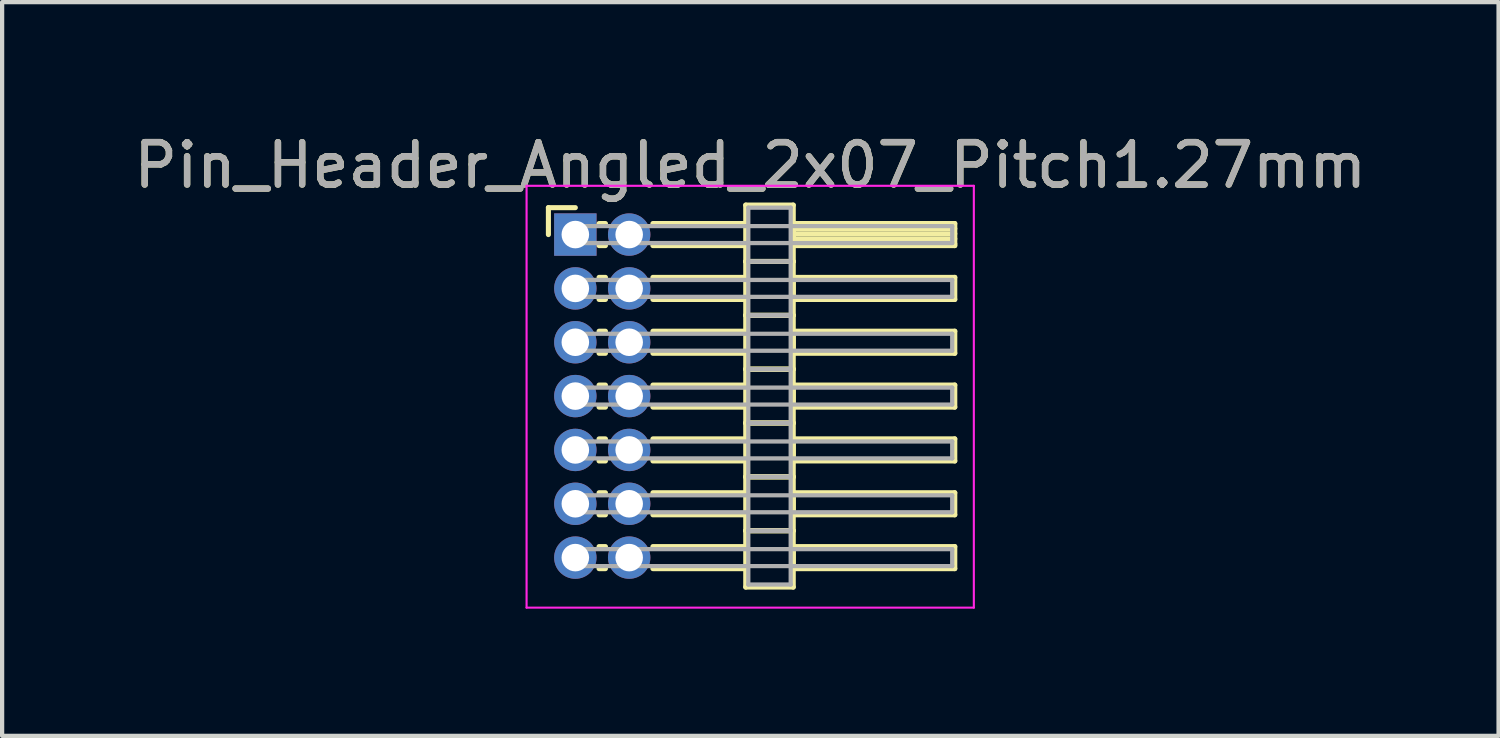
<source format=kicad_pcb>
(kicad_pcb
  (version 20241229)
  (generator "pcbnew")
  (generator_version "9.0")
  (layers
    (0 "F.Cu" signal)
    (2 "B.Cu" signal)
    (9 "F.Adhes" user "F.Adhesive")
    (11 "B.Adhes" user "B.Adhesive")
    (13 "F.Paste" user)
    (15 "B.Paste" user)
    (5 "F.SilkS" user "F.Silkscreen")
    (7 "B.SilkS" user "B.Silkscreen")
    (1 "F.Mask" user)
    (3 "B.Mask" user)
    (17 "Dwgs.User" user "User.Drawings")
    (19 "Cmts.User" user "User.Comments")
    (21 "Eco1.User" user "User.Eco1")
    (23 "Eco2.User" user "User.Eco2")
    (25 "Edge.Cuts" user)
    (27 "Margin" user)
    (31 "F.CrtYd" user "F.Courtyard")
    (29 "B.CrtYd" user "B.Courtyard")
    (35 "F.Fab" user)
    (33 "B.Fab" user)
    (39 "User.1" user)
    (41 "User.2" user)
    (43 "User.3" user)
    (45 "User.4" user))
  (footprint "Pin_Header_Angled_2x07_Pitch1.27mm"
    (layer "F.Cu")
    (at 10.521 2.483)
    (property "Reference" "Pin_Header_Angled_2x07_Pitch1.27mm" (at 4.128 -1.635 0) (layer "F.SilkS") (effects (font (size 1 1) (thickness 0.15))))
    (attr through_hole)
    (fp_line (start -0.635 -0.635) (end 0 -0.635) (stroke (width 0.12) (type solid)) (layer "F.SilkS"))
    (fp_line (start -0.635 0) (end -0.635 -0.635) (stroke (width 0.12) (type solid)) (layer "F.SilkS"))
    (fp_line (start 0.56 -0.26) (end 0.71 -0.26) (stroke (width 0.12) (type solid)) (layer "F.SilkS"))
    (fp_line (start 0.56 0.26) (end 0.71 0.26) (stroke (width 0.12) (type solid)) (layer "F.SilkS"))
    (fp_line (start 0.56 1.01) (end 0.71 1.01) (stroke (width 0.12) (type solid)) (layer "F.SilkS"))
    (fp_line (start 0.56 1.53) (end 0.71 1.53) (stroke (width 0.12) (type solid)) (layer "F.SilkS"))
    (fp_line (start 0.56 2.28) (end 0.71 2.28) (stroke (width 0.12) (type solid)) (layer "F.SilkS"))
    (fp_line (start 0.56 2.8) (end 0.71 2.8) (stroke (width 0.12) (type solid)) (layer "F.SilkS"))
    (fp_line (start 0.56 3.55) (end 0.71 3.55) (stroke (width 0.12) (type solid)) (layer "F.SilkS"))
    (fp_line (start 0.56 4.07) (end 0.71 4.07) (stroke (width 0.12) (type solid)) (layer "F.SilkS"))
    (fp_line (start 0.56 4.82) (end 0.71 4.82) (stroke (width 0.12) (type solid)) (layer "F.SilkS"))
    (fp_line (start 0.56 5.34) (end 0.71 5.34) (stroke (width 0.12) (type solid)) (layer "F.SilkS"))
    (fp_line (start 0.56 6.09) (end 0.71 6.09) (stroke (width 0.12) (type solid)) (layer "F.SilkS"))
    (fp_line (start 0.56 6.61) (end 0.71 6.61) (stroke (width 0.12) (type solid)) (layer "F.SilkS"))
    (fp_line (start 0.56 7.36) (end 0.71 7.36) (stroke (width 0.12) (type solid)) (layer "F.SilkS"))
    (fp_line (start 0.56 7.88) (end 0.71 7.88) (stroke (width 0.12) (type solid)) (layer "F.SilkS"))
    (fp_line (start 1.83 -0.26) (end 4.02 -0.26) (stroke (width 0.12) (type solid)) (layer "F.SilkS"))
    (fp_line (start 1.83 0.26) (end 4.02 0.26) (stroke (width 0.12) (type solid)) (layer "F.SilkS"))
    (fp_line (start 1.83 1.01) (end 4.02 1.01) (stroke (width 0.12) (type solid)) (layer "F.SilkS"))
    (fp_line (start 1.83 1.53) (end 4.02 1.53) (stroke (width 0.12) (type solid)) (layer "F.SilkS"))
    (fp_line (start 1.83 2.28) (end 4.02 2.28) (stroke (width 0.12) (type solid)) (layer "F.SilkS"))
    (fp_line (start 1.83 2.8) (end 4.02 2.8) (stroke (width 0.12) (type solid)) (layer "F.SilkS"))
    (fp_line (start 1.83 3.55) (end 4.02 3.55) (stroke (width 0.12) (type solid)) (layer "F.SilkS"))
    (fp_line (start 1.83 4.07) (end 4.02 4.07) (stroke (width 0.12) (type solid)) (layer "F.SilkS"))
    (fp_line (start 1.83 4.82) (end 4.02 4.82) (stroke (width 0.12) (type solid)) (layer "F.SilkS"))
    (fp_line (start 1.83 5.34) (end 4.02 5.34) (stroke (width 0.12) (type solid)) (layer "F.SilkS"))
    (fp_line (start 1.83 6.09) (end 4.02 6.09) (stroke (width 0.12) (type solid)) (layer "F.SilkS"))
    (fp_line (start 1.83 6.61) (end 4.02 6.61) (stroke (width 0.12) (type solid)) (layer "F.SilkS"))
    (fp_line (start 1.83 7.36) (end 4.02 7.36) (stroke (width 0.12) (type solid)) (layer "F.SilkS"))
    (fp_line (start 1.83 7.88) (end 4.02 7.88) (stroke (width 0.12) (type solid)) (layer "F.SilkS"))
    (fp_line (start 4.02 -0.695) (end 4.02 0.635) (stroke (width 0.12) (type solid)) (layer "F.SilkS"))
    (fp_line (start 4.02 0.635) (end 4.02 1.905) (stroke (width 0.12) (type solid)) (layer "F.SilkS"))
    (fp_line (start 4.02 0.635) (end 5.14 0.635) (stroke (width 0.12) (type solid)) (layer "F.SilkS"))
    (fp_line (start 4.02 1.905) (end 4.02 3.175) (stroke (width 0.12) (type solid)) (layer "F.SilkS"))
    (fp_line (start 4.02 1.905) (end 5.14 1.905) (stroke (width 0.12) (type solid)) (layer "F.SilkS"))
    (fp_line (start 4.02 3.175) (end 4.02 4.445) (stroke (width 0.12) (type solid)) (layer "F.SilkS"))
    (fp_line (start 4.02 3.175) (end 5.14 3.175) (stroke (width 0.12) (type solid)) (layer "F.SilkS"))
    (fp_line (start 4.02 4.445) (end 4.02 5.715) (stroke (width 0.12) (type solid)) (layer "F.SilkS"))
    (fp_line (start 4.02 4.445) (end 5.14 4.445) (stroke (width 0.12) (type solid)) (layer "F.SilkS"))
    (fp_line (start 4.02 5.715) (end 4.02 6.985) (stroke (width 0.12) (type solid)) (layer "F.SilkS"))
    (fp_line (start 4.02 5.715) (end 5.14 5.715) (stroke (width 0.12) (type solid)) (layer "F.SilkS"))
    (fp_line (start 4.02 6.985) (end 4.02 8.315) (stroke (width 0.12) (type solid)) (layer "F.SilkS"))
    (fp_line (start 4.02 6.985) (end 5.14 6.985) (stroke (width 0.12) (type solid)) (layer "F.SilkS"))
    (fp_line (start 4.02 8.315) (end 5.14 8.315) (stroke (width 0.12) (type solid)) (layer "F.SilkS"))
    (fp_line (start 5.14 -0.695) (end 4.02 -0.695) (stroke (width 0.12) (type solid)) (layer "F.SilkS"))
    (fp_line (start 5.14 -0.26) (end 5.14 0.26) (stroke (width 0.12) (type solid)) (layer "F.SilkS"))
    (fp_line (start 5.14 -0.14) (end 8.95 -0.14) (stroke (width 0.12) (type solid)) (layer "F.SilkS"))
    (fp_line (start 5.14 -0.02) (end 8.95 -0.02) (stroke (width 0.12) (type solid)) (layer "F.SilkS"))
    (fp_line (start 5.14 0.1) (end 8.95 0.1) (stroke (width 0.12) (type solid)) (layer "F.SilkS"))
    (fp_line (start 5.14 0.22) (end 8.95 0.22) (stroke (width 0.12) (type solid)) (layer "F.SilkS"))
    (fp_line (start 5.14 0.26) (end 8.95 0.26) (stroke (width 0.12) (type solid)) (layer "F.SilkS"))
    (fp_line (start 5.14 0.635) (end 4.02 0.635) (stroke (width 0.12) (type solid)) (layer "F.SilkS"))
    (fp_line (start 5.14 0.635) (end 5.14 -0.695) (stroke (width 0.12) (type solid)) (layer "F.SilkS"))
    (fp_line (start 5.14 1.01) (end 5.14 1.53) (stroke (width 0.12) (type solid)) (layer "F.SilkS"))
    (fp_line (start 5.14 1.53) (end 8.95 1.53) (stroke (width 0.12) (type solid)) (layer "F.SilkS"))
    (fp_line (start 5.14 1.905) (end 4.02 1.905) (stroke (width 0.12) (type solid)) (layer "F.SilkS"))
    (fp_line (start 5.14 1.905) (end 5.14 0.635) (stroke (width 0.12) (type solid)) (layer "F.SilkS"))
    (fp_line (start 5.14 2.28) (end 5.14 2.8) (stroke (width 0.12) (type solid)) (layer "F.SilkS"))
    (fp_line (start 5.14 2.8) (end 8.95 2.8) (stroke (width 0.12) (type solid)) (layer "F.SilkS"))
    (fp_line (start 5.14 3.175) (end 4.02 3.175) (stroke (width 0.12) (type solid)) (layer "F.SilkS"))
    (fp_line (start 5.14 3.175) (end 5.14 1.905) (stroke (width 0.12) (type solid)) (layer "F.SilkS"))
    (fp_line (start 5.14 3.55) (end 5.14 4.07) (stroke (width 0.12) (type solid)) (layer "F.SilkS"))
    (fp_line (start 5.14 4.07) (end 8.95 4.07) (stroke (width 0.12) (type solid)) (layer "F.SilkS"))
    (fp_line (start 5.14 4.445) (end 4.02 4.445) (stroke (width 0.12) (type solid)) (layer "F.SilkS"))
    (fp_line (start 5.14 4.445) (end 5.14 3.175) (stroke (width 0.12) (type solid)) (layer "F.SilkS"))
    (fp_line (start 5.14 4.82) (end 5.14 5.34) (stroke (width 0.12) (type solid)) (layer "F.SilkS"))
    (fp_line (start 5.14 5.34) (end 8.95 5.34) (stroke (width 0.12) (type solid)) (layer "F.SilkS"))
    (fp_line (start 5.14 5.715) (end 4.02 5.715) (stroke (width 0.12) (type solid)) (layer "F.SilkS"))
    (fp_line (start 5.14 5.715) (end 5.14 4.445) (stroke (width 0.12) (type solid)) (layer "F.SilkS"))
    (fp_line (start 5.14 6.09) (end 5.14 6.61) (stroke (width 0.12) (type solid)) (layer "F.SilkS"))
    (fp_line (start 5.14 6.61) (end 8.95 6.61) (stroke (width 0.12) (type solid)) (layer "F.SilkS"))
    (fp_line (start 5.14 6.985) (end 4.02 6.985) (stroke (width 0.12) (type solid)) (layer "F.SilkS"))
    (fp_line (start 5.14 6.985) (end 5.14 5.715) (stroke (width 0.12) (type solid)) (layer "F.SilkS"))
    (fp_line (start 5.14 7.36) (end 5.14 7.88) (stroke (width 0.12) (type solid)) (layer "F.SilkS"))
    (fp_line (start 5.14 7.88) (end 8.95 7.88) (stroke (width 0.12) (type solid)) (layer "F.SilkS"))
    (fp_line (start 5.14 8.315) (end 5.14 6.985) (stroke (width 0.12) (type solid)) (layer "F.SilkS"))
    (fp_line (start 8.95 -0.26) (end 5.14 -0.26) (stroke (width 0.12) (type solid)) (layer "F.SilkS"))
    (fp_line (start 8.95 0.26) (end 8.95 -0.26) (stroke (width 0.12) (type solid)) (layer "F.SilkS"))
    (fp_line (start 8.95 1.01) (end 5.14 1.01) (stroke (width 0.12) (type solid)) (layer "F.SilkS"))
    (fp_line (start 8.95 1.53) (end 8.95 1.01) (stroke (width 0.12) (type solid)) (layer "F.SilkS"))
    (fp_line (start 8.95 2.28) (end 5.14 2.28) (stroke (width 0.12) (type solid)) (layer "F.SilkS"))
    (fp_line (start 8.95 2.8) (end 8.95 2.28) (stroke (width 0.12) (type solid)) (layer "F.SilkS"))
    (fp_line (start 8.95 3.55) (end 5.14 3.55) (stroke (width 0.12) (type solid)) (layer "F.SilkS"))
    (fp_line (start 8.95 4.07) (end 8.95 3.55) (stroke (width 0.12) (type solid)) (layer "F.SilkS"))
    (fp_line (start 8.95 4.82) (end 5.14 4.82) (stroke (width 0.12) (type solid)) (layer "F.SilkS"))
    (fp_line (start 8.95 5.34) (end 8.95 4.82) (stroke (width 0.12) (type solid)) (layer "F.SilkS"))
    (fp_line (start 8.95 6.09) (end 5.14 6.09) (stroke (width 0.12) (type solid)) (layer "F.SilkS"))
    (fp_line (start 8.95 6.61) (end 8.95 6.09) (stroke (width 0.12) (type solid)) (layer "F.SilkS"))
    (fp_line (start 8.95 7.36) (end 5.14 7.36) (stroke (width 0.12) (type solid)) (layer "F.SilkS"))
    (fp_line (start 8.95 7.88) (end 8.95 7.36) (stroke (width 0.12) (type solid)) (layer "F.SilkS"))
    (fp_line (start -1.15 -1.15) (end -1.15 8.8) (stroke (width 0.05) (type solid)) (layer "F.CrtYd"))
    (fp_line (start -1.15 8.8) (end 9.4 8.8) (stroke (width 0.05) (type solid)) (layer "F.CrtYd"))
    (fp_line (start 9.4 -1.15) (end -1.15 -1.15) (stroke (width 0.05) (type solid)) (layer "F.CrtYd"))
    (fp_line (start 9.4 8.8) (end 9.4 -1.15) (stroke (width 0.05) (type solid)) (layer "F.CrtYd"))
    (fp_line (start 0 -0.2) (end 0 0.2) (stroke (width 0.1) (type solid)) (layer "F.Fab"))
    (fp_line (start 0 0.2) (end 8.89 0.2) (stroke (width 0.1) (type solid)) (layer "F.Fab"))
    (fp_line (start 0 1.07) (end 0 1.47) (stroke (width 0.1) (type solid)) (layer "F.Fab"))
    (fp_line (start 0 1.47) (end 8.89 1.47) (stroke (width 0.1) (type solid)) (layer "F.Fab"))
    (fp_line (start 0 2.34) (end 0 2.74) (stroke (width 0.1) (type solid)) (layer "F.Fab"))
    (fp_line (start 0 2.74) (end 8.89 2.74) (stroke (width 0.1) (type solid)) (layer "F.Fab"))
    (fp_line (start 0 3.61) (end 0 4.01) (stroke (width 0.1) (type solid)) (layer "F.Fab"))
    (fp_line (start 0 4.01) (end 8.89 4.01) (stroke (width 0.1) (type solid)) (layer "F.Fab"))
    (fp_line (start 0 4.88) (end 0 5.28) (stroke (width 0.1) (type solid)) (layer "F.Fab"))
    (fp_line (start 0 5.28) (end 8.89 5.28) (stroke (width 0.1) (type solid)) (layer "F.Fab"))
    (fp_line (start 0 6.15) (end 0 6.55) (stroke (width 0.1) (type solid)) (layer "F.Fab"))
    (fp_line (start 0 6.55) (end 8.89 6.55) (stroke (width 0.1) (type solid)) (layer "F.Fab"))
    (fp_line (start 0 7.42) (end 0 7.82) (stroke (width 0.1) (type solid)) (layer "F.Fab"))
    (fp_line (start 0 7.82) (end 8.89 7.82) (stroke (width 0.1) (type solid)) (layer "F.Fab"))
    (fp_line (start 4.08 -0.635) (end 4.08 0.635) (stroke (width 0.1) (type solid)) (layer "F.Fab"))
    (fp_line (start 4.08 0.635) (end 4.08 1.905) (stroke (width 0.1) (type solid)) (layer "F.Fab"))
    (fp_line (start 4.08 0.635) (end 5.08 0.635) (stroke (width 0.1) (type solid)) (layer "F.Fab"))
    (fp_line (start 4.08 1.905) (end 4.08 3.175) (stroke (width 0.1) (type solid)) (layer "F.Fab"))
    (fp_line (start 4.08 1.905) (end 5.08 1.905) (stroke (width 0.1) (type solid)) (layer "F.Fab"))
    (fp_line (start 4.08 3.175) (end 4.08 4.445) (stroke (width 0.1) (type solid)) (layer "F.Fab"))
    (fp_line (start 4.08 3.175) (end 5.08 3.175) (stroke (width 0.1) (type solid)) (layer "F.Fab"))
    (fp_line (start 4.08 4.445) (end 4.08 5.715) (stroke (width 0.1) (type solid)) (layer "F.Fab"))
    (fp_line (start 4.08 4.445) (end 5.08 4.445) (stroke (width 0.1) (type solid)) (layer "F.Fab"))
    (fp_line (start 4.08 5.715) (end 4.08 6.985) (stroke (width 0.1) (type solid)) (layer "F.Fab"))
    (fp_line (start 4.08 5.715) (end 5.08 5.715) (stroke (width 0.1) (type solid)) (layer "F.Fab"))
    (fp_line (start 4.08 6.985) (end 4.08 8.255) (stroke (width 0.1) (type solid)) (layer "F.Fab"))
    (fp_line (start 4.08 6.985) (end 5.08 6.985) (stroke (width 0.1) (type solid)) (layer "F.Fab"))
    (fp_line (start 4.08 8.255) (end 5.08 8.255) (stroke (width 0.1) (type solid)) (layer "F.Fab"))
    (fp_line (start 5.08 -0.635) (end 4.08 -0.635) (stroke (width 0.1) (type solid)) (layer "F.Fab"))
    (fp_line (start 5.08 0.635) (end 4.08 0.635) (stroke (width 0.1) (type solid)) (layer "F.Fab"))
    (fp_line (start 5.08 0.635) (end 5.08 -0.635) (stroke (width 0.1) (type solid)) (layer "F.Fab"))
    (fp_line (start 5.08 1.905) (end 4.08 1.905) (stroke (width 0.1) (type solid)) (layer "F.Fab"))
    (fp_line (start 5.08 1.905) (end 5.08 0.635) (stroke (width 0.1) (type solid)) (layer "F.Fab"))
    (fp_line (start 5.08 3.175) (end 4.08 3.175) (stroke (width 0.1) (type solid)) (layer "F.Fab"))
    (fp_line (start 5.08 3.175) (end 5.08 1.905) (stroke (width 0.1) (type solid)) (layer "F.Fab"))
    (fp_line (start 5.08 4.445) (end 4.08 4.445) (stroke (width 0.1) (type solid)) (layer "F.Fab"))
    (fp_line (start 5.08 4.445) (end 5.08 3.175) (stroke (width 0.1) (type solid)) (layer "F.Fab"))
    (fp_line (start 5.08 5.715) (end 4.08 5.715) (stroke (width 0.1) (type solid)) (layer "F.Fab"))
    (fp_line (start 5.08 5.715) (end 5.08 4.445) (stroke (width 0.1) (type solid)) (layer "F.Fab"))
    (fp_line (start 5.08 6.985) (end 4.08 6.985) (stroke (width 0.1) (type solid)) (layer "F.Fab"))
    (fp_line (start 5.08 6.985) (end 5.08 5.715) (stroke (width 0.1) (type solid)) (layer "F.Fab"))
    (fp_line (start 5.08 8.255) (end 5.08 6.985) (stroke (width 0.1) (type solid)) (layer "F.Fab"))
    (fp_line (start 8.89 -0.2) (end 0 -0.2) (stroke (width 0.1) (type solid)) (layer "F.Fab"))
    (fp_line (start 8.89 0.2) (end 8.89 -0.2) (stroke (width 0.1) (type solid)) (layer "F.Fab"))
    (fp_line (start 8.89 1.07) (end 0 1.07) (stroke (width 0.1) (type solid)) (layer "F.Fab"))
    (fp_line (start 8.89 1.47) (end 8.89 1.07) (stroke (width 0.1) (type solid)) (layer "F.Fab"))
    (fp_line (start 8.89 2.34) (end 0 2.34) (stroke (width 0.1) (type solid)) (layer "F.Fab"))
    (fp_line (start 8.89 2.74) (end 8.89 2.34) (stroke (width 0.1) (type solid)) (layer "F.Fab"))
    (fp_line (start 8.89 3.61) (end 0 3.61) (stroke (width 0.1) (type solid)) (layer "F.Fab"))
    (fp_line (start 8.89 4.01) (end 8.89 3.61) (stroke (width 0.1) (type solid)) (layer "F.Fab"))
    (fp_line (start 8.89 4.88) (end 0 4.88) (stroke (width 0.1) (type solid)) (layer "F.Fab"))
    (fp_line (start 8.89 5.28) (end 8.89 4.88) (stroke (width 0.1) (type solid)) (layer "F.Fab"))
    (fp_line (start 8.89 6.15) (end 0 6.15) (stroke (width 0.1) (type solid)) (layer "F.Fab"))
    (fp_line (start 8.89 6.55) (end 8.89 6.15) (stroke (width 0.1) (type solid)) (layer "F.Fab"))
    (fp_line (start 8.89 7.42) (end 0 7.42) (stroke (width 0.1) (type solid)) (layer "F.Fab"))
    (fp_line (start 8.89 7.82) (end 8.89 7.42) (stroke (width 0.1) (type solid)) (layer "F.Fab"))
    (fp_text user "${REFERENCE}" (at 4.128 -1.635 0) (layer "F.Fab") (effects (font (size 1 1) (thickness 0.15))))
    (pad "1" thru_hole rect (at 0 0) (size 1 1) (drill 0.65) (layers "*.Cu" "*.Mask"))
    (pad "2" thru_hole oval (at 1.27 0) (size 1 1) (drill 0.65) (layers "*.Cu" "*.Mask"))
    (pad "3" thru_hole oval (at 0 1.27) (size 1 1) (drill 0.65) (layers "*.Cu" "*.Mask"))
    (pad "4" thru_hole oval (at 1.27 1.27) (size 1 1) (drill 0.65) (layers "*.Cu" "*.Mask"))
    (pad "5" thru_hole oval (at 0 2.54) (size 1 1) (drill 0.65) (layers "*.Cu" "*.Mask"))
    (pad "6" thru_hole oval (at 1.27 2.54) (size 1 1) (drill 0.65) (layers "*.Cu" "*.Mask"))
    (pad "7" thru_hole oval (at 0 3.81) (size 1 1) (drill 0.65) (layers "*.Cu" "*.Mask"))
    (pad "8" thru_hole oval (at 1.27 3.81) (size 1 1) (drill 0.65) (layers "*.Cu" "*.Mask"))
    (pad "9" thru_hole oval (at 0 5.08) (size 1 1) (drill 0.65) (layers "*.Cu" "*.Mask"))
    (pad "10" thru_hole oval (at 1.27 5.08) (size 1 1) (drill 0.65) (layers "*.Cu" "*.Mask"))
    (pad "11" thru_hole oval (at 0 6.35) (size 1 1) (drill 0.65) (layers "*.Cu" "*.Mask"))
    (pad "12" thru_hole oval (at 1.27 6.35) (size 1 1) (drill 0.65) (layers "*.Cu" "*.Mask"))
    (pad "13" thru_hole oval (at 0 7.62) (size 1 1) (drill 0.65) (layers "*.Cu" "*.Mask"))
    (pad "14" thru_hole oval (at 1.27 7.62) (size 1 1) (drill 0.65) (layers "*.Cu" "*.Mask")))
  (gr_rect
    (start -3 -3)
    (end 32.298 14.308)
    (stroke (width 0.1) (type default))
    (fill no)
    (layer "Edge.Cuts")))
</source>
